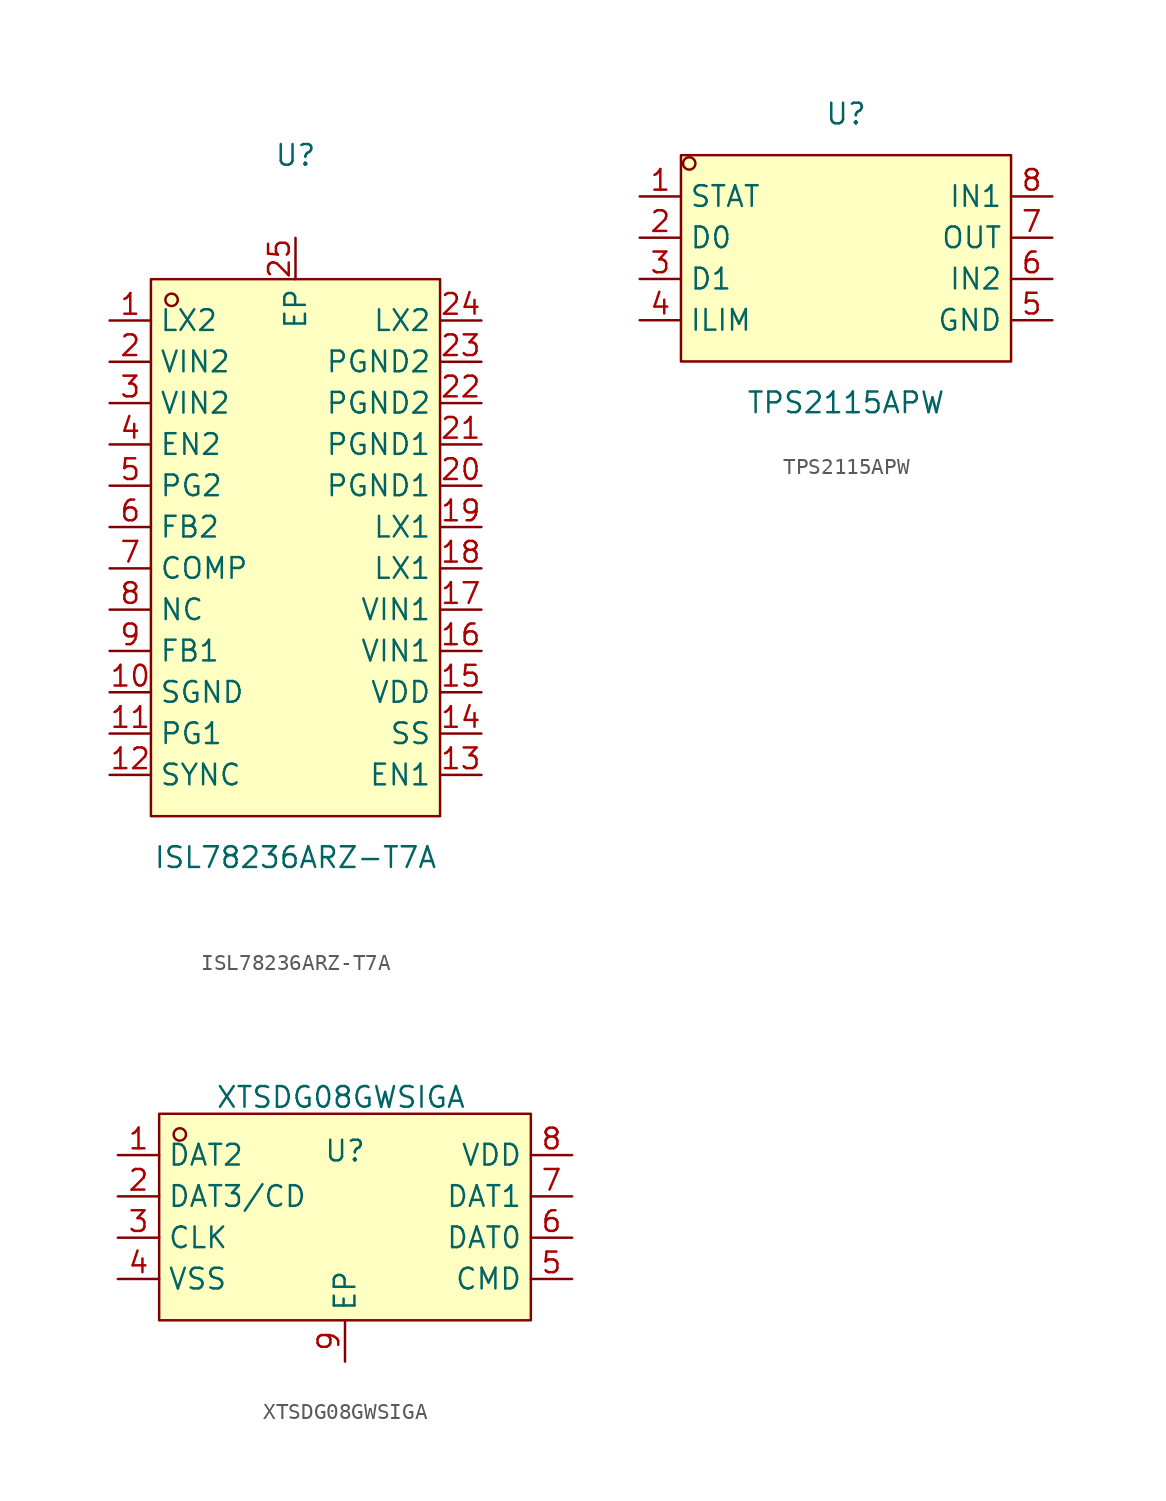
<source format=kicad_sym>
(kicad_symbol_lib
  (version 20241209)
  (generator "kicad_symbol_editor")
  (generator_version "9.0")
  (symbol "ISL78236ARZ-T7A"
    (property "Reference" "U"
      (at 0 24.13 0)
      (effects (font (size 1.27 1.27))))
    (property "Value" "ISL78236ARZ-T7A"
      (at 0 -19.05 0)
      (effects (font (size 1.27 1.27))))
    (symbol "ISL78236ARZ-T7A_0_1"
      (rectangle (start -8.89 16.51) (end 8.89 -16.51) (stroke (width 0) (type default)) (fill (type background)))
      (circle (center -7.62 15.24) (radius 0.38) (stroke (width 0) (type default)) (fill (type none)))
      (pin unspecified line (at -11.43 13.97 0) (length 2.54) (name "LX2" (effects (font (size 1.27 1.27)))) (number "1" (effects (font (size 1.27 1.27)))))
      (pin unspecified line (at -11.43 11.43 0) (length 2.54) (name "VIN2" (effects (font (size 1.27 1.27)))) (number "2" (effects (font (size 1.27 1.27)))))
      (pin unspecified line (at -11.43 8.89 0) (length 2.54) (name "VIN2" (effects (font (size 1.27 1.27)))) (number "3" (effects (font (size 1.27 1.27)))))
      (pin unspecified line (at -11.43 6.35 0) (length 2.54) (name "EN2" (effects (font (size 1.27 1.27)))) (number "4" (effects (font (size 1.27 1.27)))))
      (pin unspecified line (at -11.43 3.81 0) (length 2.54) (name "PG2" (effects (font (size 1.27 1.27)))) (number "5" (effects (font (size 1.27 1.27)))))
      (pin unspecified line (at -11.43 1.27 0) (length 2.54) (name "FB2" (effects (font (size 1.27 1.27)))) (number "6" (effects (font (size 1.27 1.27)))))
      (pin unspecified line (at -11.43 -1.27 0) (length 2.54) (name "COMP" (effects (font (size 1.27 1.27)))) (number "7" (effects (font (size 1.27 1.27)))))
      (pin unspecified line (at -11.43 -3.81 0) (length 2.54) (name "NC" (effects (font (size 1.27 1.27)))) (number "8" (effects (font (size 1.27 1.27)))))
      (pin unspecified line (at -11.43 -6.35 0) (length 2.54) (name "FB1" (effects (font (size 1.27 1.27)))) (number "9" (effects (font (size 1.27 1.27)))))
      (pin unspecified line (at -11.43 -8.89 0) (length 2.54) (name "SGND" (effects (font (size 1.27 1.27)))) (number "10" (effects (font (size 1.27 1.27)))))
      (pin unspecified line (at -11.43 -11.43 0) (length 2.54) (name "PG1" (effects (font (size 1.27 1.27)))) (number "11" (effects (font (size 1.27 1.27)))))
      (pin unspecified line (at -11.43 -13.97 0) (length 2.54) (name "SYNC" (effects (font (size 1.27 1.27)))) (number "12" (effects (font (size 1.27 1.27)))))
      (pin unspecified line (at 0 19.05 270) (length 2.54) (name "EP" (effects (font (size 1.27 1.27)))) (number "25" (effects (font (size 1.27 1.27)))))
      (pin unspecified line (at 11.43 13.97 180) (length 2.54) (name "LX2" (effects (font (size 1.27 1.27)))) (number "24" (effects (font (size 1.27 1.27)))))
      (pin unspecified line (at 11.43 11.43 180) (length 2.54) (name "PGND2" (effects (font (size 1.27 1.27)))) (number "23" (effects (font (size 1.27 1.27)))))
      (pin unspecified line (at 11.43 8.89 180) (length 2.54) (name "PGND2" (effects (font (size 1.27 1.27)))) (number "22" (effects (font (size 1.27 1.27)))))
      (pin unspecified line (at 11.43 6.35 180) (length 2.54) (name "PGND1" (effects (font (size 1.27 1.27)))) (number "21" (effects (font (size 1.27 1.27)))))
      (pin unspecified line (at 11.43 3.81 180) (length 2.54) (name "PGND1" (effects (font (size 1.27 1.27)))) (number "20" (effects (font (size 1.27 1.27)))))
      (pin unspecified line (at 11.43 1.27 180) (length 2.54) (name "LX1" (effects (font (size 1.27 1.27)))) (number "19" (effects (font (size 1.27 1.27)))))
      (pin unspecified line (at 11.43 -1.27 180) (length 2.54) (name "LX1" (effects (font (size 1.27 1.27)))) (number "18" (effects (font (size 1.27 1.27)))))
      (pin unspecified line (at 11.43 -3.81 180) (length 2.54) (name "VIN1" (effects (font (size 1.27 1.27)))) (number "17" (effects (font (size 1.27 1.27)))))
      (pin unspecified line (at 11.43 -6.35 180) (length 2.54) (name "VIN1" (effects (font (size 1.27 1.27)))) (number "16" (effects (font (size 1.27 1.27)))))
      (pin unspecified line (at 11.43 -8.89 180) (length 2.54) (name "VDD" (effects (font (size 1.27 1.27)))) (number "15" (effects (font (size 1.27 1.27)))))
      (pin unspecified line (at 11.43 -11.43 180) (length 2.54) (name "SS" (effects (font (size 1.27 1.27)))) (number "14" (effects (font (size 1.27 1.27)))))
      (pin unspecified line (at 11.43 -13.97 180) (length 2.54) (name "EN1" (effects (font (size 1.27 1.27)))) (number "13" (effects (font (size 1.27 1.27)))))))
  (symbol "TPS2115APW"
    (property "Reference" "U"
      (at 0 8.89 0)
      (effects (font (size 1.27 1.27))))
    (property "Value" "TPS2115APW"
      (at 0 -8.89 0)
      (effects (font (size 1.27 1.27))))
    (symbol "TPS2115APW_0_1"
      (rectangle (start -10.16 6.35) (end 10.16 -6.35) (stroke (width 0) (type default)) (fill (type background)))
      (circle (center -9.65 5.84) (radius 0.38) (stroke (width 0) (type default)) (fill (type none)))
      (pin unspecified line (at -12.7 3.81 0) (length 2.54) (name "STAT" (effects (font (size 1.27 1.27)))) (number "1" (effects (font (size 1.27 1.27)))))
      (pin unspecified line (at -12.7 1.27 0) (length 2.54) (name "D0" (effects (font (size 1.27 1.27)))) (number "2" (effects (font (size 1.27 1.27)))))
      (pin unspecified line (at -12.7 -1.27 0) (length 2.54) (name "D1" (effects (font (size 1.27 1.27)))) (number "3" (effects (font (size 1.27 1.27)))))
      (pin unspecified line (at -12.7 -3.81 0) (length 2.54) (name "ILIM" (effects (font (size 1.27 1.27)))) (number "4" (effects (font (size 1.27 1.27)))))
      (pin unspecified line (at 12.7 3.81 180) (length 2.54) (name "IN1" (effects (font (size 1.27 1.27)))) (number "8" (effects (font (size 1.27 1.27)))))
      (pin unspecified line (at 12.7 1.27 180) (length 2.54) (name "OUT" (effects (font (size 1.27 1.27)))) (number "7" (effects (font (size 1.27 1.27)))))
      (pin unspecified line (at 12.7 -1.27 180) (length 2.54) (name "IN2" (effects (font (size 1.27 1.27)))) (number "6" (effects (font (size 1.27 1.27)))))
      (pin unspecified line (at 12.7 -3.81 180) (length 2.54) (name "GND" (effects (font (size 1.27 1.27)))) (number "5" (effects (font (size 1.27 1.27)))))))
  (symbol "XTSDG08GWSIGA"
    (property "Reference" "U"
      (at 0 4.064 0)
      (effects (font (size 1.27 1.27))))
    (property "Value" "XTSDG08GWSIGA"
      (at -0.254 7.366 0)
      (effects (font (size 1.27 1.27))))
    (symbol "XTSDG08GWSIGA_0_1"
      (rectangle (start -11.43 6.35) (end 11.43 -6.35) (stroke (width 0) (type default)) (fill (type background)))
      (circle (center -10.16 5.08) (radius 0.38) (stroke (width 0) (type default)) (fill (type none)))
      (pin unspecified line (at -13.97 3.81 0) (length 2.54) (name "DAT2" (effects (font (size 1.27 1.27)))) (number "1" (effects (font (size 1.27 1.27)))))
      (pin unspecified line (at -13.97 1.27 0) (length 2.54) (name "DAT3/CD" (effects (font (size 1.27 1.27)))) (number "2" (effects (font (size 1.27 1.27)))))
      (pin unspecified line (at -13.97 -1.27 0) (length 2.54) (name "CLK" (effects (font (size 1.27 1.27)))) (number "3" (effects (font (size 1.27 1.27)))))
      (pin unspecified line (at -13.97 -3.81 0) (length 2.54) (name "VSS" (effects (font (size 1.27 1.27)))) (number "4" (effects (font (size 1.27 1.27)))))
      (pin unspecified line (at 0 -8.89 90) (length 2.54) (name "EP" (effects (font (size 1.27 1.27)))) (number "9" (effects (font (size 1.27 1.27)))))
      (pin unspecified line (at 13.97 3.81 180) (length 2.54) (name "VDD" (effects (font (size 1.27 1.27)))) (number "8" (effects (font (size 1.27 1.27)))))
      (pin unspecified line (at 13.97 1.27 180) (length 2.54) (name "DAT1" (effects (font (size 1.27 1.27)))) (number "7" (effects (font (size 1.27 1.27)))))
      (pin unspecified line (at 13.97 -1.27 180) (length 2.54) (name "DAT0" (effects (font (size 1.27 1.27)))) (number "6" (effects (font (size 1.27 1.27)))))
      (pin unspecified line (at 13.97 -3.81 180) (length 2.54) (name "CMD" (effects (font (size 1.27 1.27)))) (number "5" (effects (font (size 1.27 1.27))))))))
</source>
